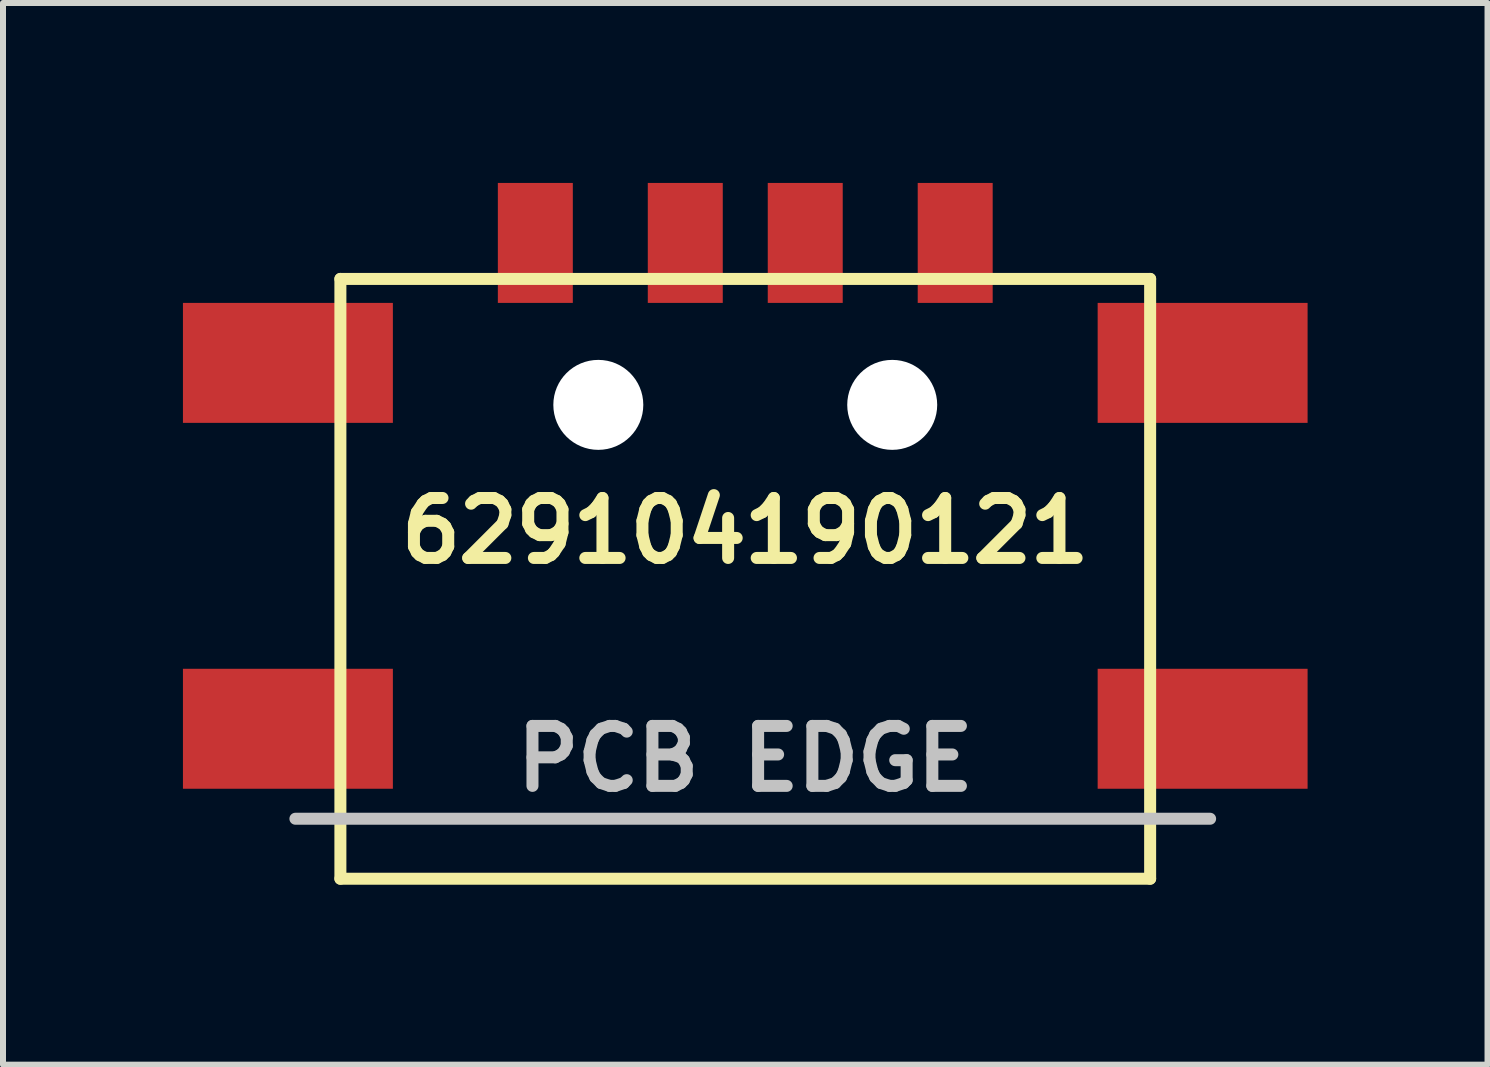
<source format=kicad_pcb>
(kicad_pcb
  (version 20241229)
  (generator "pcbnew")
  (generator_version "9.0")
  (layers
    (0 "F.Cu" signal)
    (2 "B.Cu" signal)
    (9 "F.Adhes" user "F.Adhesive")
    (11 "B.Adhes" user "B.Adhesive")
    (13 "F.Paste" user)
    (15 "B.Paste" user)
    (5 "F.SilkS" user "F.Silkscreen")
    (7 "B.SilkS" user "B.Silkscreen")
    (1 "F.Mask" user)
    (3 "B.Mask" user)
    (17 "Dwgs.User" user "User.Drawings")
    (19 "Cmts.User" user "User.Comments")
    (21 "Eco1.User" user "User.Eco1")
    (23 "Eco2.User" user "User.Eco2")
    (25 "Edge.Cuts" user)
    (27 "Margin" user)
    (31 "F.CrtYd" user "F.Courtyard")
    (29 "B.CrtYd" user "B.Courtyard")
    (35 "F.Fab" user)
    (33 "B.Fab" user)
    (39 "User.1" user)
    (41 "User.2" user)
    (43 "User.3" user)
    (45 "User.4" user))
  (footprint "629104190121"
    (layer "F.Cu")
    (at 9.375 10.6)
    (property "Reference" "629104190121" (at 0 -4.8 0) (layer "F.SilkS") (effects (font (size 1 1) (thickness 0.2))))
    (attr through_hole)
    (fp_line (start -6.75 -9) (end 6.75 -9) (stroke (width 0.2) (type solid)) (layer "F.SilkS"))
    (fp_line (start -6.75 1) (end -6.75 -9) (stroke (width 0.2) (type solid)) (layer "F.SilkS"))
    (fp_line (start -6.75 1) (end 6.75 1) (stroke (width 0.2) (type solid)) (layer "F.SilkS"))
    (fp_line (start 6.75 -9) (end 6.75 1) (stroke (width 0.2) (type solid)) (layer "F.SilkS"))
    (fp_line (start -7.5 0) (end 7.75 0) (stroke (width 0.2) (type solid)) (layer "Dwgs.User"))
    (fp_text user "PCB EDGE" (at 0 -1 0) (layer "Dwgs.User") (effects (font (size 1 1) (thickness 0.2))))
    (pad "" np_thru_hole circle (at -2.45 -6.9) (size 1.5 1.5) (drill 1.5) (layers "*.Cu" "*.Mask"))
    (pad "" np_thru_hole circle (at 2.45 -6.9) (size 1.5 1.5) (drill 1.5) (layers "*.Cu" "*.Mask"))
    (pad "1" smd rect (at -3.5 -9.6) (size 1.25 2) (layers "F.Cu" "F.Mask" "F.Paste"))
    (pad "2" smd rect (at -1 -9.6) (size 1.25 2) (layers "F.Cu" "F.Mask" "F.Paste"))
    (pad "3" smd rect (at 1 -9.6) (size 1.25 2) (layers "F.Cu" "F.Mask" "F.Paste"))
    (pad "4" smd rect (at 3.5 -9.6) (size 1.25 2) (layers "F.Cu" "F.Mask" "F.Paste"))
    (pad "5" smd rect (at -7.625 -7.6) (size 3.5 2) (layers "F.Cu" "F.Mask" "F.Paste"))
    (pad "5" smd rect (at -7.625 -1.5 180) (size 3.5 2) (layers "F.Cu" "F.Mask" "F.Paste"))
    (pad "5" smd rect (at 7.625 -7.6) (size 3.5 2) (layers "F.Cu" "F.Mask" "F.Paste"))
    (pad "5" smd rect (at 7.625 -1.5) (size 3.5 2) (layers "F.Cu" "F.Mask" "F.Paste")))
  (gr_rect
    (start -3 -3)
    (end 21.75 14.7)
    (stroke (width 0.1) (type default))
    (fill no)
    (layer "Edge.Cuts")))
</source>
